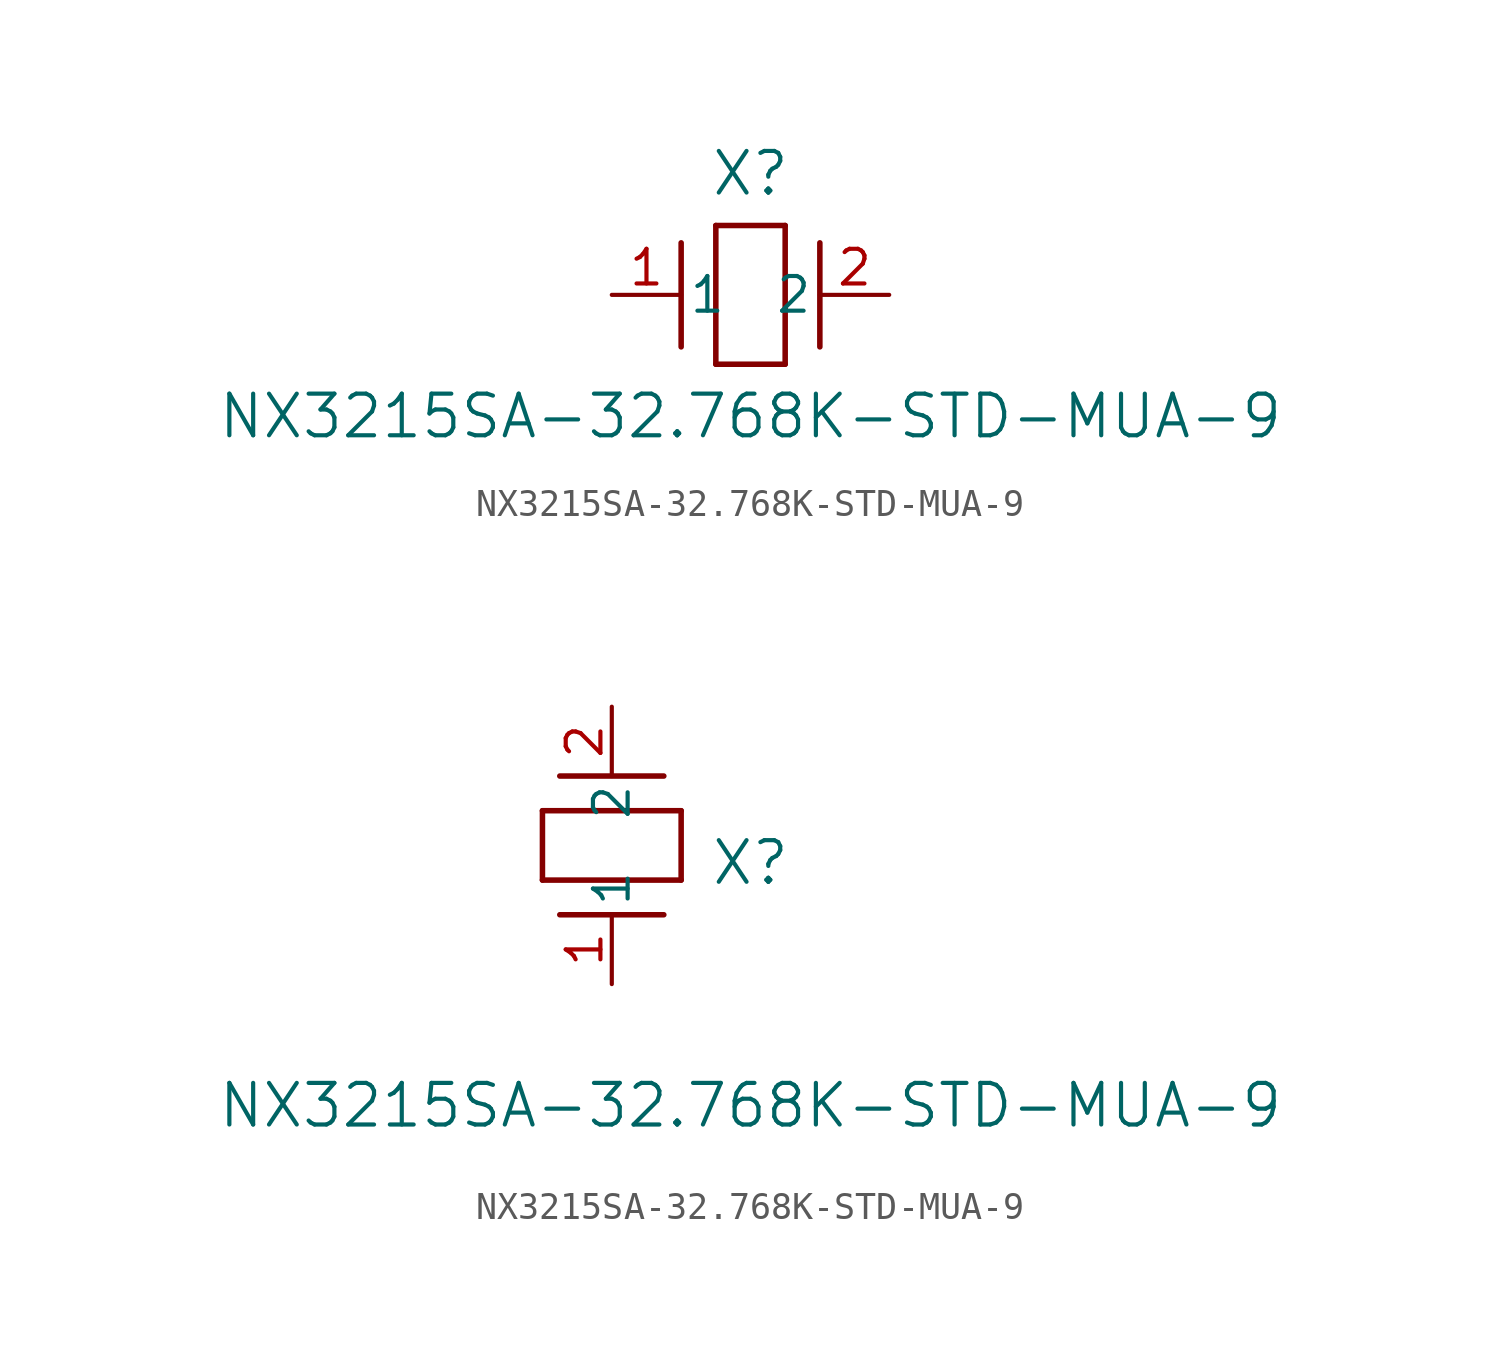
<source format=kicad_sym>
(kicad_symbol_lib
  (version 20211014)
  (generator kicad_symbol_editor)
  (symbol "NX3215SA-32.768K-STD-MUA-9"
    (pin_names
      (offset 0.254))
    (property "Reference" "X"
      (at 5.08 4.445 0)
      (effects (font (size 1.524 1.524))))
    (property "Value" "NX3215SA-32.768K-STD-MUA-9"
      (at 5.08 -4.445 0)
      (effects (font (size 1.524 1.524))))
    (symbol "NX3215SA-32.768K-STD-MUA-9_1_1"
      (polyline (pts (xy 2.54 -1.905) (xy 2.54 1.905)) (stroke (width 0.203) (type default) (color 0 0 0 0)) (fill (type none)))
      (polyline (pts (xy 6.35 2.54) (xy 6.35 -2.54)) (stroke (width 0.203) (type default) (color 0 0 0 0)) (fill (type none)))
      (polyline (pts (xy 7.62 -1.905) (xy 7.62 1.905)) (stroke (width 0.203) (type default) (color 0 0 0 0)) (fill (type none)))
      (polyline (pts (xy 6.35 -2.54) (xy 3.81 -2.54)) (stroke (width 0.203) (type default) (color 0 0 0 0)) (fill (type none)))
      (polyline (pts (xy 3.81 2.54) (xy 6.35 2.54)) (stroke (width 0.203) (type default) (color 0 0 0 0)) (fill (type none)))
      (polyline (pts (xy 3.81 -2.54) (xy 3.81 2.54)) (stroke (width 0.203) (type default) (color 0 0 0 0)) (fill (type none)))
      (pin unspecified line (at 0 0 0) (length 2.54) (name "1" (effects (font (size 1.27 1.27)))) (number "1" (effects (font (size 1.27 1.27)))))
      (pin unspecified line (at 10.16 0 180) (length 2.54) (name "2" (effects (font (size 1.27 1.27)))) (number "2" (effects (font (size 1.27 1.27))))))
    (symbol "NX3215SA-32.768K-STD-MUA-9_1_2"
      (polyline (pts (xy 1.905 7.62) (xy -1.905 7.62)) (stroke (width 0.203) (type default) (color 0 0 0 0)) (fill (type none)))
      (polyline (pts (xy -2.54 3.81) (xy -2.54 6.35)) (stroke (width 0.203) (type default) (color 0 0 0 0)) (fill (type none)))
      (polyline (pts (xy 1.905 2.54) (xy -1.905 2.54)) (stroke (width 0.203) (type default) (color 0 0 0 0)) (fill (type none)))
      (polyline (pts (xy 2.54 6.35) (xy 2.54 3.81)) (stroke (width 0.203) (type default) (color 0 0 0 0)) (fill (type none)))
      (polyline (pts (xy -2.54 6.35) (xy 2.54 6.35)) (stroke (width 0.203) (type default) (color 0 0 0 0)) (fill (type none)))
      (polyline (pts (xy 2.54 3.81) (xy -2.54 3.81)) (stroke (width 0.203) (type default) (color 0 0 0 0)) (fill (type none)))
      (pin unspecified line (at 0 0 90) (length 2.54) (name "1" (effects (font (size 1.27 1.27)))) (number "1" (effects (font (size 1.27 1.27)))))
      (pin unspecified line (at 0 10.16 270) (length 2.54) (name "2" (effects (font (size 1.27 1.27)))) (number "2" (effects (font (size 1.27 1.27))))))))
</source>
